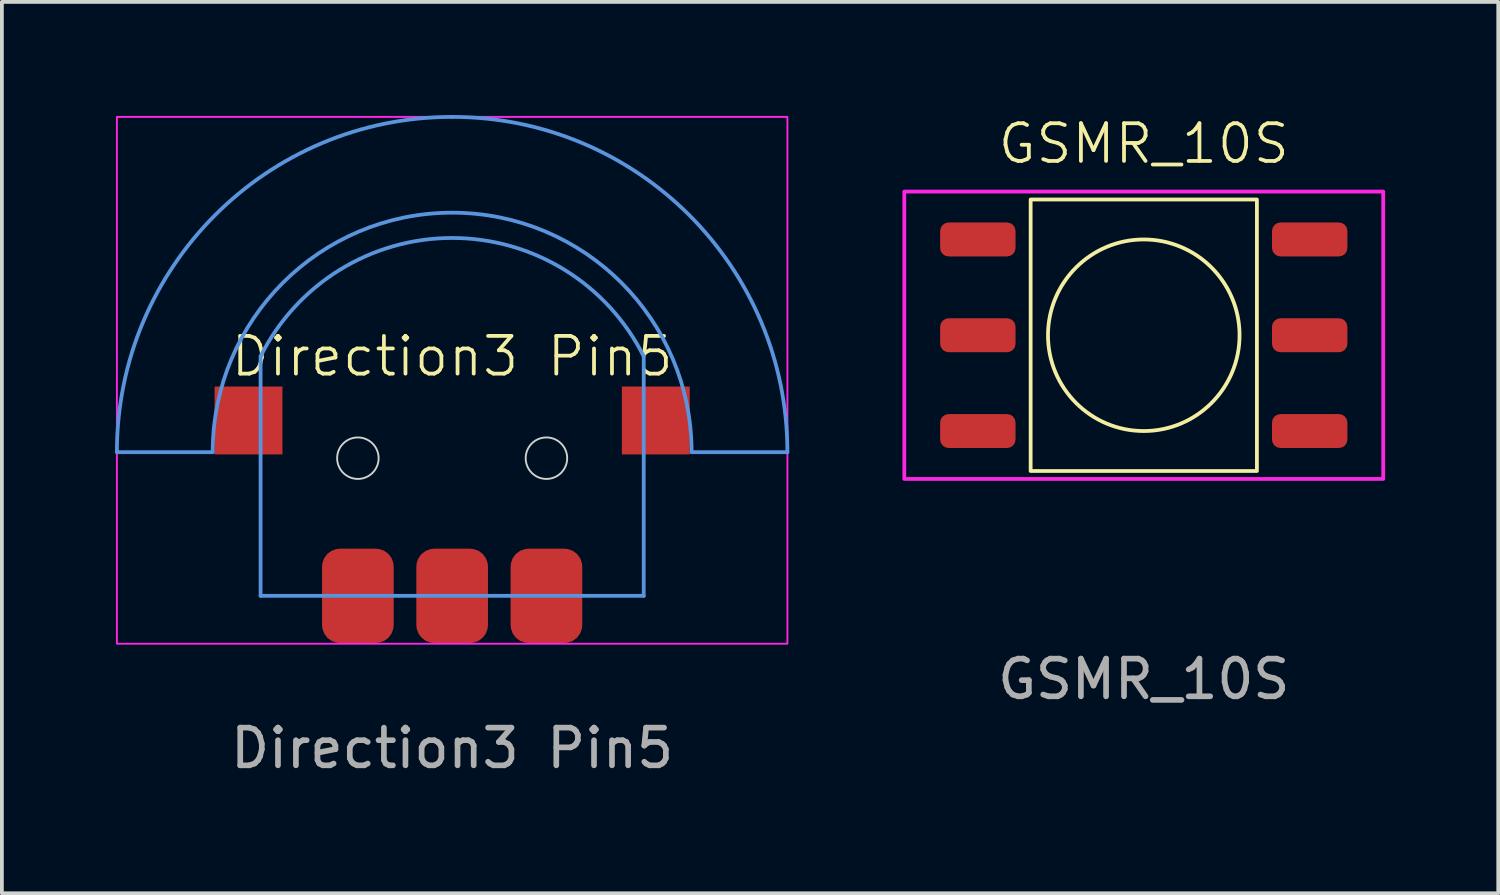
<source format=kicad_pcb>
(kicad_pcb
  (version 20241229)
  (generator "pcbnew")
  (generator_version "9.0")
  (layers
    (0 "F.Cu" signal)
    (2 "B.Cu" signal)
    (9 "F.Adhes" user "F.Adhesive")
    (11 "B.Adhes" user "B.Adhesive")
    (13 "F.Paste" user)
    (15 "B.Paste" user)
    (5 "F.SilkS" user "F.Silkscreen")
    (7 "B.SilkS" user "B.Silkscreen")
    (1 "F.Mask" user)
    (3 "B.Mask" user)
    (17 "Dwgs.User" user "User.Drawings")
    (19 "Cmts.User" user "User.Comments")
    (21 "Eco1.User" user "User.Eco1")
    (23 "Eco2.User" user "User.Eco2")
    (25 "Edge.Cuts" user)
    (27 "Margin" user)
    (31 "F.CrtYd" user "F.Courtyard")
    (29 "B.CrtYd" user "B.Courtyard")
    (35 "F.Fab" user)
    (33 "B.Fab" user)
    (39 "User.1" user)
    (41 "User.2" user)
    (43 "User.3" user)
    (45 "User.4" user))
  (footprint "GSMR_10S"
    (layer "F.Cu")
    (at 27.28 5.84)
    (property "Reference" "GSMR_10S" (at 0 -5.08 0) (unlocked yes) (layer "F.SilkS") (effects (font (size 1 1) (thickness 0.1))))
    (attr smd)
    (fp_rect (start -3 -3.6) (end 3 3.6) (stroke (width 0.1) (type default)) (fill no) (layer "F.SilkS"))
    (fp_circle (center 0 0) (end 2.54 0) (stroke (width 0.1) (type default)) (fill no) (layer "F.SilkS"))
    (fp_rect (start -6.35 -3.81) (end 6.35 3.81) (stroke (width 0.1) (type default)) (fill no) (layer "F.CrtYd"))
    (fp_text user "${REFERENCE}" (at 0 9.12 0) (unlocked yes) (layer "F.Fab") (effects (font (size 1 1) (thickness 0.15))))
    (pad "1" smd roundrect (at 4.4 0) (size 2 0.9) (layers "F.Cu" "F.Mask" "F.Paste") (roundrect_rratio 0.25))
    (pad "2" smd roundrect (at 4.4 -2.54) (size 2 0.9) (layers "F.Cu" "F.Mask" "F.Paste") (roundrect_rratio 0.25))
    (pad "4" smd roundrect (at -4.4 -2.54) (size 2 0.9) (layers "F.Cu" "F.Mask" "F.Paste") (roundrect_rratio 0.25))
    (pad "8" smd roundrect (at -4.4 0) (size 2 0.9) (layers "F.Cu" "F.Mask" "F.Paste") (roundrect_rratio 0.25))
    (pad "C" smd roundrect (at -4.4 2.54) (size 2 0.9) (layers "F.Cu" "F.Mask" "F.Paste") (roundrect_rratio 0.25))
    (pad "C" smd roundrect (at 4.4 2.54) (size 2 0.9) (layers "F.Cu" "F.Mask" "F.Paste") (roundrect_rratio 0.25)))
  (footprint "Direction3 Pin5"
    (layer "F.Cu")
    (at 8.94 12.75)
    (property "Reference" "Direction3 Pin5" (at 0 -6.35 0) (unlocked yes) (layer "F.SilkS") (effects (font (size 1 1) (thickness 0.1))))
    (attr smd)
    (fp_line (start -8.89 -3.81) (end -6.35 -3.81) (stroke (width 0.1) (type default)) (layer "Cmts.User"))
    (fp_line (start -5.08 0) (end -5.08 -6.35) (stroke (width 0.1) (type default)) (layer "Cmts.User"))
    (fp_line (start 5.08 -6.35) (end 5.08 0) (stroke (width 0.1) (type default)) (layer "Cmts.User"))
    (fp_line (start 5.08 0) (end -5.08 0) (stroke (width 0.1) (type default)) (layer "Cmts.User"))
    (fp_line (start 8.89 -3.81) (end 6.35 -3.81) (stroke (width 0.1) (type default)) (layer "Cmts.User"))
    (fp_arc (start -8.89 -3.81) (mid -6.286179 -10.096179) (end 0 -12.7) (stroke (width 0.1) (type default)) (layer "Cmts.User"))
    (fp_arc (start -6.35 -3.81) (mid 0 -10.16) (end 6.35 -3.81) (stroke (width 0.1) (type default)) (layer "Cmts.User"))
    (fp_arc (start -5.079999 -6.35) (mid 0 -9.489612) (end 5.079999 -6.35) (stroke (width 0.1) (type default)) (layer "Cmts.User"))
    (fp_arc (start 0 -12.7) (mid 6.286179 -10.096179) (end 8.89 -3.81) (stroke (width 0.1) (type default)) (layer "Cmts.User"))
    (fp_circle (center -2.5 -3.65) (end -1.95 -3.65) (stroke (width 0.05) (type default)) (fill no) (layer "Edge.Cuts"))
    (fp_circle (center 2.5 -3.65) (end 3.05 -3.65) (stroke (width 0.05) (type default)) (fill no) (layer "Edge.Cuts"))
    (fp_rect (start -8.89 -12.7) (end 8.89 1.27) (stroke (width 0.05) (type default)) (fill no) (layer "F.CrtYd"))
    (fp_text user "${REFERENCE}" (at 0 4.04 0) (unlocked yes) (layer "F.Fab") (effects (font (size 1 1) (thickness 0.15))))
    (pad "A" smd rect (at -5.4 -4.65) (size 1.8 1.8) (layers "F.Cu" "F.Mask" "F.Paste"))
    (pad "A" smd rect (at 5.4 -4.65) (size 1.8 1.8) (layers "F.Cu" "F.Mask" "F.Paste"))
    (pad "B" smd roundrect (at -2.5 0) (size 1.9 2.5) (layers "F.Cu" "F.Mask" "F.Paste") (roundrect_rratio 0.25))
    (pad "C" smd roundrect (at 0 0) (size 1.9 2.5) (layers "F.Cu" "F.Mask" "F.Paste") (roundrect_rratio 0.25))
    (pad "D" smd roundrect (at 2.5 0) (size 1.9 2.5) (layers "F.Cu" "F.Mask" "F.Paste") (roundrect_rratio 0.25)))
  (gr_rect
    (start -3 -3)
    (end 36.68 20.638)
    (stroke (width 0.1) (type default))
    (fill no)
    (layer "Edge.Cuts")))
</source>
